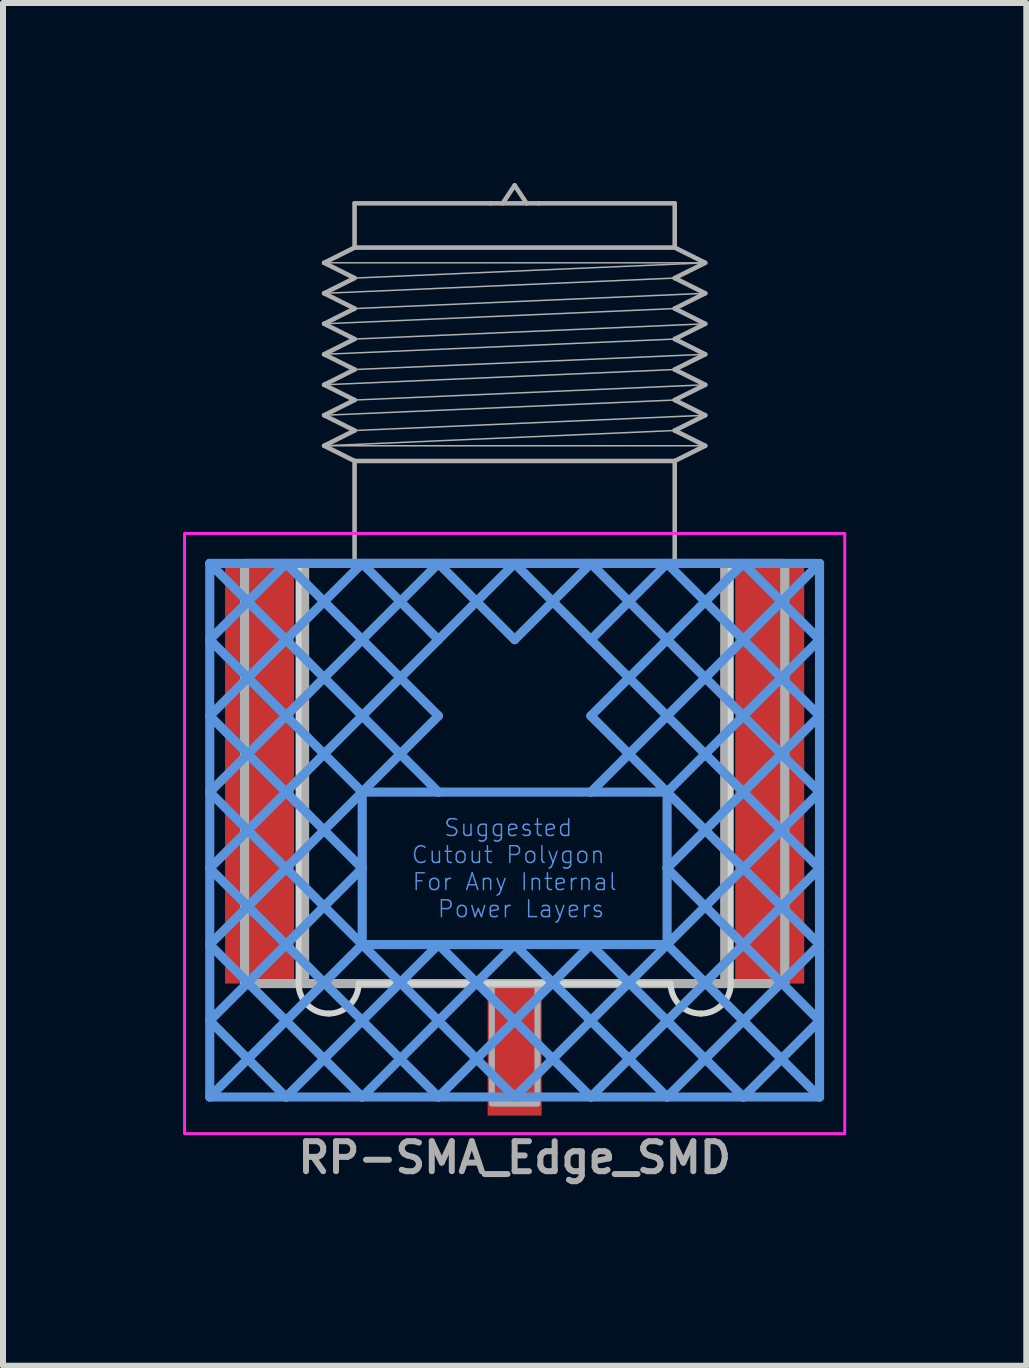
<source format=kicad_pcb>
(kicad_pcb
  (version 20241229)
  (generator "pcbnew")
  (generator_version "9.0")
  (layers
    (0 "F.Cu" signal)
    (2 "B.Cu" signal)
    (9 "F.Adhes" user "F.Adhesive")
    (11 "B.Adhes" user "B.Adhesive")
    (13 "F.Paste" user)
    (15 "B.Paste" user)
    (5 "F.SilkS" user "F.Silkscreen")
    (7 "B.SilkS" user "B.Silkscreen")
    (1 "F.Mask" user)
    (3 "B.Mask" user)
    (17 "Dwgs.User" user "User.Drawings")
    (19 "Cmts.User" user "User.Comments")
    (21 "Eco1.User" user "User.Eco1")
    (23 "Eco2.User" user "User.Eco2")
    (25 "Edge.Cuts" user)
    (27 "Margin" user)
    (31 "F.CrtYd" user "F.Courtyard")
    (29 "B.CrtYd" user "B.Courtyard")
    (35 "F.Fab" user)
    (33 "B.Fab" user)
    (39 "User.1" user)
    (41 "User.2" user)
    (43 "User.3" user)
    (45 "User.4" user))
  (footprint "RP-SMA_Edge_SMD"
    (layer "F.Cu")
    (at 5.525 6.338)
    (property "Reference" "RP-SMA_Edge_SMD" (at 0 9.9 0) (layer "F.Fab") (effects (font (size 0.5 0.5) (thickness 0.1) (bold yes))))
    (attr smd)
    (fp_poly (pts (xy -4.93 7) (xy -3.68 7) (xy -3.68 0) (xy -4.93 0)) (stroke (width 0) (type default)) (fill yes) (layer "F.Paste"))
    (fp_poly (pts (xy -0.55 9.39) (xy 0.55 9.39) (xy 0.55 6.99) (xy -0.55 6.99)) (stroke (width 0) (type default)) (fill yes) (layer "F.Paste"))
    (fp_poly (pts (xy 3.68 7) (xy 4.93 7) (xy 4.93 0) (xy 3.68 0)) (stroke (width 0) (type default)) (fill yes) (layer "F.Paste"))
    (fp_line (start -5.08 0) (end -5.08 1.27) (stroke (width 0.152) (type solid)) (layer "Cmts.User"))
    (fp_line (start -5.08 0) (end -1.27 3.81) (stroke (width 0.152) (type solid)) (layer "Cmts.User"))
    (fp_line (start -5.08 1.27) (end -5.08 2.54) (stroke (width 0.152) (type solid)) (layer "Cmts.User"))
    (fp_line (start -5.08 1.27) (end -2.54 3.81) (stroke (width 0.152) (type solid)) (layer "Cmts.User"))
    (fp_line (start -5.08 2.54) (end -5.08 3.81) (stroke (width 0.152) (type solid)) (layer "Cmts.User"))
    (fp_line (start -5.08 2.54) (end -2.54 5.08) (stroke (width 0.152) (type solid)) (layer "Cmts.User"))
    (fp_line (start -5.08 3.81) (end -5.08 5.08) (stroke (width 0.152) (type solid)) (layer "Cmts.User"))
    (fp_line (start -5.08 3.81) (end -2.54 6.35) (stroke (width 0.152) (type solid)) (layer "Cmts.User"))
    (fp_line (start -5.08 5.08) (end -5.08 6.35) (stroke (width 0.152) (type solid)) (layer "Cmts.User"))
    (fp_line (start -5.08 5.08) (end -1.27 8.89) (stroke (width 0.152) (type solid)) (layer "Cmts.User"))
    (fp_line (start -5.08 6.35) (end -5.08 7.62) (stroke (width 0.152) (type solid)) (layer "Cmts.User"))
    (fp_line (start -5.08 6.35) (end -2.54 8.89) (stroke (width 0.152) (type solid)) (layer "Cmts.User"))
    (fp_line (start -5.08 7.62) (end -5.08 8.89) (stroke (width 0.152) (type solid)) (layer "Cmts.User"))
    (fp_line (start -5.08 7.62) (end -3.81 8.89) (stroke (width 0.152) (type solid)) (layer "Cmts.User"))
    (fp_line (start -5.08 8.89) (end -3.81 8.89) (stroke (width 0.152) (type solid)) (layer "Cmts.User"))
    (fp_line (start -3.81 0) (end -5.08 0) (stroke (width 0.152) (type solid)) (layer "Cmts.User"))
    (fp_line (start -3.81 0) (end -5.08 1.27) (stroke (width 0.152) (type solid)) (layer "Cmts.User"))
    (fp_line (start -3.81 0) (end -1.27 2.54) (stroke (width 0.152) (type solid)) (layer "Cmts.User"))
    (fp_line (start -3.81 8.89) (end -2.54 8.89) (stroke (width 0.152) (type solid)) (layer "Cmts.User"))
    (fp_line (start -2.54 0) (end -5.08 2.54) (stroke (width 0.152) (type solid)) (layer "Cmts.User"))
    (fp_line (start -2.54 0) (end -3.81 0) (stroke (width 0.152) (type solid)) (layer "Cmts.User"))
    (fp_line (start -2.54 0) (end -1.27 1.27) (stroke (width 0.152) (type solid)) (layer "Cmts.User"))
    (fp_line (start -2.54 3.81) (end -5.08 6.35) (stroke (width 0.152) (type solid)) (layer "Cmts.User"))
    (fp_line (start -2.54 3.81) (end -2.54 5.08) (stroke (width 0.152) (type solid)) (layer "Cmts.User"))
    (fp_line (start -2.54 5.08) (end -5.08 7.62) (stroke (width 0.152) (type solid)) (layer "Cmts.User"))
    (fp_line (start -2.54 5.08) (end -2.54 6.35) (stroke (width 0.152) (type solid)) (layer "Cmts.User"))
    (fp_line (start -2.54 6.35) (end -5.08 8.89) (stroke (width 0.152) (type solid)) (layer "Cmts.User"))
    (fp_line (start -2.54 6.35) (end -1.27 6.35) (stroke (width 0.152) (type solid)) (layer "Cmts.User"))
    (fp_line (start -2.54 6.35) (end 0 8.89) (stroke (width 0.152) (type solid)) (layer "Cmts.User"))
    (fp_line (start -2.54 8.89) (end -1.27 8.89) (stroke (width 0.152) (type solid)) (layer "Cmts.User"))
    (fp_line (start -1.27 0) (end -5.08 3.81) (stroke (width 0.152) (type solid)) (layer "Cmts.User"))
    (fp_line (start -1.27 0) (end -2.54 0) (stroke (width 0.152) (type solid)) (layer "Cmts.User"))
    (fp_line (start -1.27 0) (end 0 1.27) (stroke (width 0.152) (type solid)) (layer "Cmts.User"))
    (fp_line (start -1.27 1.27) (end -5.08 5.08) (stroke (width 0.152) (type solid)) (layer "Cmts.User"))
    (fp_line (start -1.27 2.54) (end -2.54 3.81) (stroke (width 0.152) (type solid)) (layer "Cmts.User"))
    (fp_line (start -1.27 3.81) (end -2.54 3.81) (stroke (width 0.152) (type solid)) (layer "Cmts.User"))
    (fp_line (start -1.27 6.35) (end -3.81 8.89) (stroke (width 0.152) (type solid)) (layer "Cmts.User"))
    (fp_line (start -1.27 6.35) (end 0 6.35) (stroke (width 0.152) (type solid)) (layer "Cmts.User"))
    (fp_line (start -1.27 6.35) (end 1.27 8.89) (stroke (width 0.152) (type solid)) (layer "Cmts.User"))
    (fp_line (start -1.27 8.89) (end 0 8.89) (stroke (width 0.152) (type solid)) (layer "Cmts.User"))
    (fp_line (start 0 0) (end -1.27 0) (stroke (width 0.152) (type solid)) (layer "Cmts.User"))
    (fp_line (start 0 0) (end -1.27 1.27) (stroke (width 0.152) (type solid)) (layer "Cmts.User"))
    (fp_line (start 0 0) (end 1.27 1.27) (stroke (width 0.152) (type solid)) (layer "Cmts.User"))
    (fp_line (start 0 6.35) (end -2.54 8.89) (stroke (width 0.152) (type solid)) (layer "Cmts.User"))
    (fp_line (start 0 6.35) (end 1.27 6.35) (stroke (width 0.152) (type solid)) (layer "Cmts.User"))
    (fp_line (start 0 6.35) (end 2.54 8.89) (stroke (width 0.152) (type solid)) (layer "Cmts.User"))
    (fp_line (start 0 8.89) (end 1.27 8.89) (stroke (width 0.152) (type solid)) (layer "Cmts.User"))
    (fp_line (start 1.27 0) (end 0 0) (stroke (width 0.152) (type solid)) (layer "Cmts.User"))
    (fp_line (start 1.27 0) (end 0 1.27) (stroke (width 0.152) (type solid)) (layer "Cmts.User"))
    (fp_line (start 1.27 0) (end 5.08 3.81) (stroke (width 0.152) (type solid)) (layer "Cmts.User"))
    (fp_line (start 1.27 1.27) (end 5.08 5.08) (stroke (width 0.152) (type solid)) (layer "Cmts.User"))
    (fp_line (start 1.27 2.54) (end 2.54 3.81) (stroke (width 0.152) (type solid)) (layer "Cmts.User"))
    (fp_line (start 1.27 3.81) (end -1.27 3.81) (stroke (width 0.152) (type solid)) (layer "Cmts.User"))
    (fp_line (start 1.27 6.35) (end -1.27 8.89) (stroke (width 0.152) (type solid)) (layer "Cmts.User"))
    (fp_line (start 1.27 6.35) (end 2.54 6.35) (stroke (width 0.152) (type solid)) (layer "Cmts.User"))
    (fp_line (start 1.27 6.35) (end 3.81 8.89) (stroke (width 0.152) (type solid)) (layer "Cmts.User"))
    (fp_line (start 1.27 8.89) (end 2.54 8.89) (stroke (width 0.152) (type solid)) (layer "Cmts.User"))
    (fp_line (start 2.54 0) (end 1.27 0) (stroke (width 0.152) (type solid)) (layer "Cmts.User"))
    (fp_line (start 2.54 0) (end 1.27 1.27) (stroke (width 0.152) (type solid)) (layer "Cmts.User"))
    (fp_line (start 2.54 0) (end 5.08 2.54) (stroke (width 0.152) (type solid)) (layer "Cmts.User"))
    (fp_line (start 2.54 3.81) (end 1.27 3.81) (stroke (width 0.152) (type solid)) (layer "Cmts.User"))
    (fp_line (start 2.54 3.81) (end 5.08 6.35) (stroke (width 0.152) (type solid)) (layer "Cmts.User"))
    (fp_line (start 2.54 5.08) (end 2.54 3.81) (stroke (width 0.152) (type solid)) (layer "Cmts.User"))
    (fp_line (start 2.54 5.08) (end 5.08 7.62) (stroke (width 0.152) (type solid)) (layer "Cmts.User"))
    (fp_line (start 2.54 6.35) (end 0 8.89) (stroke (width 0.152) (type solid)) (layer "Cmts.User"))
    (fp_line (start 2.54 6.35) (end 2.54 5.08) (stroke (width 0.152) (type solid)) (layer "Cmts.User"))
    (fp_line (start 2.54 6.35) (end 5.08 8.89) (stroke (width 0.152) (type solid)) (layer "Cmts.User"))
    (fp_line (start 2.54 8.89) (end 3.81 8.89) (stroke (width 0.152) (type solid)) (layer "Cmts.User"))
    (fp_line (start 3.81 0) (end 1.27 2.54) (stroke (width 0.152) (type solid)) (layer "Cmts.User"))
    (fp_line (start 3.81 0) (end 2.54 0) (stroke (width 0.152) (type solid)) (layer "Cmts.User"))
    (fp_line (start 3.81 8.89) (end 5.08 8.89) (stroke (width 0.152) (type solid)) (layer "Cmts.User"))
    (fp_line (start 5.08 0) (end 1.27 3.81) (stroke (width 0.152) (type solid)) (layer "Cmts.User"))
    (fp_line (start 5.08 0) (end 3.81 0) (stroke (width 0.152) (type solid)) (layer "Cmts.User"))
    (fp_line (start 5.08 1.27) (end 2.54 3.81) (stroke (width 0.152) (type solid)) (layer "Cmts.User"))
    (fp_line (start 5.08 1.27) (end 3.81 0) (stroke (width 0.152) (type solid)) (layer "Cmts.User"))
    (fp_line (start 5.08 1.27) (end 5.08 0) (stroke (width 0.152) (type solid)) (layer "Cmts.User"))
    (fp_line (start 5.08 2.54) (end 2.54 5.08) (stroke (width 0.152) (type solid)) (layer "Cmts.User"))
    (fp_line (start 5.08 2.54) (end 5.08 1.27) (stroke (width 0.152) (type solid)) (layer "Cmts.User"))
    (fp_line (start 5.08 3.81) (end 2.54 6.35) (stroke (width 0.152) (type solid)) (layer "Cmts.User"))
    (fp_line (start 5.08 3.81) (end 5.08 2.54) (stroke (width 0.152) (type solid)) (layer "Cmts.User"))
    (fp_line (start 5.08 5.08) (end 1.27 8.89) (stroke (width 0.152) (type solid)) (layer "Cmts.User"))
    (fp_line (start 5.08 5.08) (end 5.08 3.81) (stroke (width 0.152) (type solid)) (layer "Cmts.User"))
    (fp_line (start 5.08 6.35) (end 2.54 8.89) (stroke (width 0.152) (type solid)) (layer "Cmts.User"))
    (fp_line (start 5.08 6.35) (end 5.08 5.08) (stroke (width 0.152) (type solid)) (layer "Cmts.User"))
    (fp_line (start 5.08 7.62) (end 3.81 8.89) (stroke (width 0.152) (type solid)) (layer "Cmts.User"))
    (fp_line (start 5.08 7.62) (end 5.08 6.35) (stroke (width 0.152) (type solid)) (layer "Cmts.User"))
    (fp_line (start 5.08 8.89) (end 5.08 7.62) (stroke (width 0.152) (type solid)) (layer "Cmts.User"))
    (fp_line (start -5.08 0) (end -3.6 0) (stroke (width 0.1) (type default)) (layer "Edge.Cuts"))
    (fp_line (start -3.6 0) (end -3.6 7) (stroke (width 0.1) (type default)) (layer "Edge.Cuts"))
    (fp_line (start -2.6 7) (end 2.6 7) (stroke (width 0.1) (type default)) (layer "Edge.Cuts"))
    (fp_line (start 3.6 0) (end 5.08 0) (stroke (width 0.1) (type default)) (layer "Edge.Cuts"))
    (fp_line (start 3.6 7) (end 3.6 0) (stroke (width 0.1) (type default)) (layer "Edge.Cuts"))
    (fp_arc (start -3.1 7.5) (mid -3.453553 7.353553) (end -3.6 7) (stroke (width 0.1) (type default)) (layer "Edge.Cuts"))
    (fp_arc (start -2.6 7) (mid -2.746447 7.353553) (end -3.1 7.5) (stroke (width 0.1) (type default)) (layer "Edge.Cuts"))
    (fp_arc (start 3.1 7.5) (mid 2.746447 7.353553) (end 2.6 7) (stroke (width 0.1) (type default)) (layer "Edge.Cuts"))
    (fp_arc (start 3.6 7) (mid 3.453553 7.353553) (end 3.1 7.5) (stroke (width 0.1) (type default)) (layer "Edge.Cuts"))
    (fp_rect (start -5.5 -0.5) (end 5.5 9.5) (stroke (width 0.05) (type default)) (fill no) (layer "F.CrtYd"))
    (fp_line (start -4.5 0) (end -2.667 0) (stroke (width 0.152) (type solid)) (layer "F.Fab"))
    (fp_line (start -4.5 7) (end -4.5 0) (stroke (width 0.152) (type solid)) (layer "F.Fab"))
    (fp_line (start -3.5 7) (end -3.5 0) (stroke (width 0.152) (type solid)) (layer "F.Fab"))
    (fp_line (start -3.175 -5.009) (end -2.667 -5.263) (stroke (width 0.076) (type solid)) (layer "F.Fab"))
    (fp_line (start -3.175 -4.501) (end -2.667 -4.755) (stroke (width 0.076) (type solid)) (layer "F.Fab"))
    (fp_line (start -3.175 -4.501) (end 2.667 -4.755) (stroke (width 0.025) (type solid)) (layer "F.Fab"))
    (fp_line (start -3.175 -3.993) (end -2.667 -4.247) (stroke (width 0.076) (type solid)) (layer "F.Fab"))
    (fp_line (start -3.175 -3.993) (end -2.667 -3.739) (stroke (width 0.076) (type solid)) (layer "F.Fab"))
    (fp_line (start -3.175 -3.993) (end 2.667 -4.247) (stroke (width 0.025) (type solid)) (layer "F.Fab"))
    (fp_line (start -3.175 -3.485) (end -2.667 -3.739) (stroke (width 0.076) (type solid)) (layer "F.Fab"))
    (fp_line (start -3.175 -3.485) (end 2.667 -3.739) (stroke (width 0.025) (type solid)) (layer "F.Fab"))
    (fp_line (start -3.175 -2.977) (end -2.667 -3.231) (stroke (width 0.076) (type solid)) (layer "F.Fab"))
    (fp_line (start -3.175 -2.977) (end 2.667 -3.231) (stroke (width 0.025) (type solid)) (layer "F.Fab"))
    (fp_line (start -3.175 -2.469) (end -2.667 -2.723) (stroke (width 0.076) (type solid)) (layer "F.Fab"))
    (fp_line (start -3.175 -2.469) (end 2.667 -2.723) (stroke (width 0.025) (type solid)) (layer "F.Fab"))
    (fp_line (start -3.175 -1.961) (end -2.667 -2.215) (stroke (width 0.076) (type solid)) (layer "F.Fab"))
    (fp_line (start -3.175 -1.961) (end 2.667 -2.215) (stroke (width 0.025) (type solid)) (layer "F.Fab"))
    (fp_line (start -3.175 -1.961) (end 3.175 -1.961) (stroke (width 0.025) (type solid)) (layer "F.Fab"))
    (fp_line (start -2.667 -6) (end -0.4 -6) (stroke (width 0.076) (type solid)) (layer "F.Fab"))
    (fp_line (start -2.667 -5.263) (end -2.667 -6) (stroke (width 0.076) (type solid)) (layer "F.Fab"))
    (fp_line (start -2.667 -5.263) (end 2.667 -5.263) (stroke (width 0.076) (type solid)) (layer "F.Fab"))
    (fp_line (start -2.667 -4.755) (end -3.175 -5.009) (stroke (width 0.076) (type solid)) (layer "F.Fab"))
    (fp_line (start -2.667 -4.755) (end 3.175 -5.009) (stroke (width 0.025) (type solid)) (layer "F.Fab"))
    (fp_line (start -2.667 -4.247) (end -3.175 -4.501) (stroke (width 0.076) (type solid)) (layer "F.Fab"))
    (fp_line (start -2.667 -4.247) (end 3.175 -4.501) (stroke (width 0.025) (type solid)) (layer "F.Fab"))
    (fp_line (start -2.667 -3.739) (end 3.175 -3.993) (stroke (width 0.025) (type solid)) (layer "F.Fab"))
    (fp_line (start -2.667 -3.231) (end -3.175 -3.485) (stroke (width 0.076) (type solid)) (layer "F.Fab"))
    (fp_line (start -2.667 -3.231) (end 3.175 -3.485) (stroke (width 0.025) (type solid)) (layer "F.Fab"))
    (fp_line (start -2.667 -2.723) (end -3.175 -2.977) (stroke (width 0.076) (type solid)) (layer "F.Fab"))
    (fp_line (start -2.667 -2.723) (end 3.175 -2.977) (stroke (width 0.025) (type solid)) (layer "F.Fab"))
    (fp_line (start -2.667 -2.215) (end -3.175 -2.469) (stroke (width 0.076) (type solid)) (layer "F.Fab"))
    (fp_line (start -2.667 -2.215) (end 3.175 -2.469) (stroke (width 0.025) (type solid)) (layer "F.Fab"))
    (fp_line (start -2.667 -1.707) (end -3.175 -1.961) (stroke (width 0.076) (type solid)) (layer "F.Fab"))
    (fp_line (start -2.667 -1.707) (end 2.667 -1.707) (stroke (width 0.076) (type solid)) (layer "F.Fab"))
    (fp_line (start -2.667 0) (end -2.667 -1.707) (stroke (width 0.076) (type solid)) (layer "F.Fab"))
    (fp_line (start -2.667 0) (end 2.667 0) (stroke (width 0.152) (type solid)) (layer "F.Fab"))
    (fp_line (start -0.4 -6) (end 0.4 -6) (stroke (width 0.076) (type solid)) (layer "F.Fab"))
    (fp_line (start 0 -6.3) (end -0.2 -6) (stroke (width 0.076) (type solid)) (layer "F.Fab"))
    (fp_line (start 0 -6.3) (end 0.2 -6) (stroke (width 0.076) (type solid)) (layer "F.Fab"))
    (fp_line (start 0.4 -6) (end 2.667 -6) (stroke (width 0.076) (type solid)) (layer "F.Fab"))
    (fp_line (start 2.667 -6) (end 2.667 -5.263) (stroke (width 0.076) (type solid)) (layer "F.Fab"))
    (fp_line (start 2.667 -5.263) (end 3.175 -5.009) (stroke (width 0.076) (type solid)) (layer "F.Fab"))
    (fp_line (start 2.667 -4.755) (end 3.175 -4.501) (stroke (width 0.076) (type solid)) (layer "F.Fab"))
    (fp_line (start 2.667 -4.247) (end 3.175 -3.993) (stroke (width 0.076) (type solid)) (layer "F.Fab"))
    (fp_line (start 2.667 -3.739) (end 3.175 -3.485) (stroke (width 0.076) (type solid)) (layer "F.Fab"))
    (fp_line (start 2.667 -3.231) (end 3.175 -2.977) (stroke (width 0.076) (type solid)) (layer "F.Fab"))
    (fp_line (start 2.667 -2.723) (end 3.175 -2.469) (stroke (width 0.076) (type solid)) (layer "F.Fab"))
    (fp_line (start 2.667 -2.215) (end 3.175 -1.961) (stroke (width 0.076) (type solid)) (layer "F.Fab"))
    (fp_line (start 2.667 -1.707) (end 2.667 0) (stroke (width 0.076) (type solid)) (layer "F.Fab"))
    (fp_line (start 2.667 0) (end 4.5 0) (stroke (width 0.152) (type solid)) (layer "F.Fab"))
    (fp_line (start 3.175 -5.009) (end -3.175 -5.009) (stroke (width 0.025) (type solid)) (layer "F.Fab"))
    (fp_line (start 3.175 -5.009) (end 2.667 -4.755) (stroke (width 0.076) (type solid)) (layer "F.Fab"))
    (fp_line (start 3.175 -4.501) (end 2.667 -4.247) (stroke (width 0.076) (type solid)) (layer "F.Fab"))
    (fp_line (start 3.175 -3.993) (end 2.667 -3.739) (stroke (width 0.076) (type solid)) (layer "F.Fab"))
    (fp_line (start 3.175 -3.485) (end 2.667 -3.231) (stroke (width 0.076) (type solid)) (layer "F.Fab"))
    (fp_line (start 3.175 -2.977) (end 2.667 -2.723) (stroke (width 0.076) (type solid)) (layer "F.Fab"))
    (fp_line (start 3.175 -2.469) (end 2.667 -2.215) (stroke (width 0.076) (type solid)) (layer "F.Fab"))
    (fp_line (start 3.175 -1.961) (end 2.667 -1.707) (stroke (width 0.076) (type solid)) (layer "F.Fab"))
    (fp_line (start 3.5 0) (end 3.5 7) (stroke (width 0.152) (type solid)) (layer "F.Fab"))
    (fp_line (start 4.5 0) (end 4.5 7) (stroke (width 0.152) (type solid)) (layer "F.Fab"))
    (fp_line (start 4.5 7) (end -4.5 7) (stroke (width 0.152) (type solid)) (layer "F.Fab"))
    (fp_poly (pts (xy 0.38 7) (xy -0.38 7) (xy -0.38 9) (xy 0.38 9)) (stroke (width 0.1) (type default)) (fill no) (layer "F.Fab"))
    (fp_text user "Suggested \nCutout Polygon \nFor Any Internal\n Power Layers" (at 0 5.08 0) (layer "Cmts.User") (effects (font (size 0.28 0.28) (thickness 0.024))))
    (fp_text user "Out" (at 0 3.1 0) (unlocked yes) (layer "Edge.Cuts") (effects (font (size 0.5 0.5) (thickness 0.1) (bold yes))))
    (fp_text user "Route" (at 0 2 0) (unlocked yes) (layer "Edge.Cuts") (effects (font (size 0.5 0.5) (thickness 0.1) (bold yes))))
    (pad "1" smd rect (at 0 8.1) (size 0.9 2.2) (layers "F.Cu" "F.Mask"))
    (pad "2" smd rect (at -4.25 3.5) (size 1.15 7) (layers "F.Cu" "F.Mask"))
    (pad "2" smd rect (at 4.25 3.5) (size 1.15 7) (layers "F.Cu" "F.Mask")))
  (gr_rect
    (start -3 -3)
    (end 14.05 19.706)
    (stroke (width 0.1) (type default))
    (fill no)
    (layer "Edge.Cuts")))
</source>
